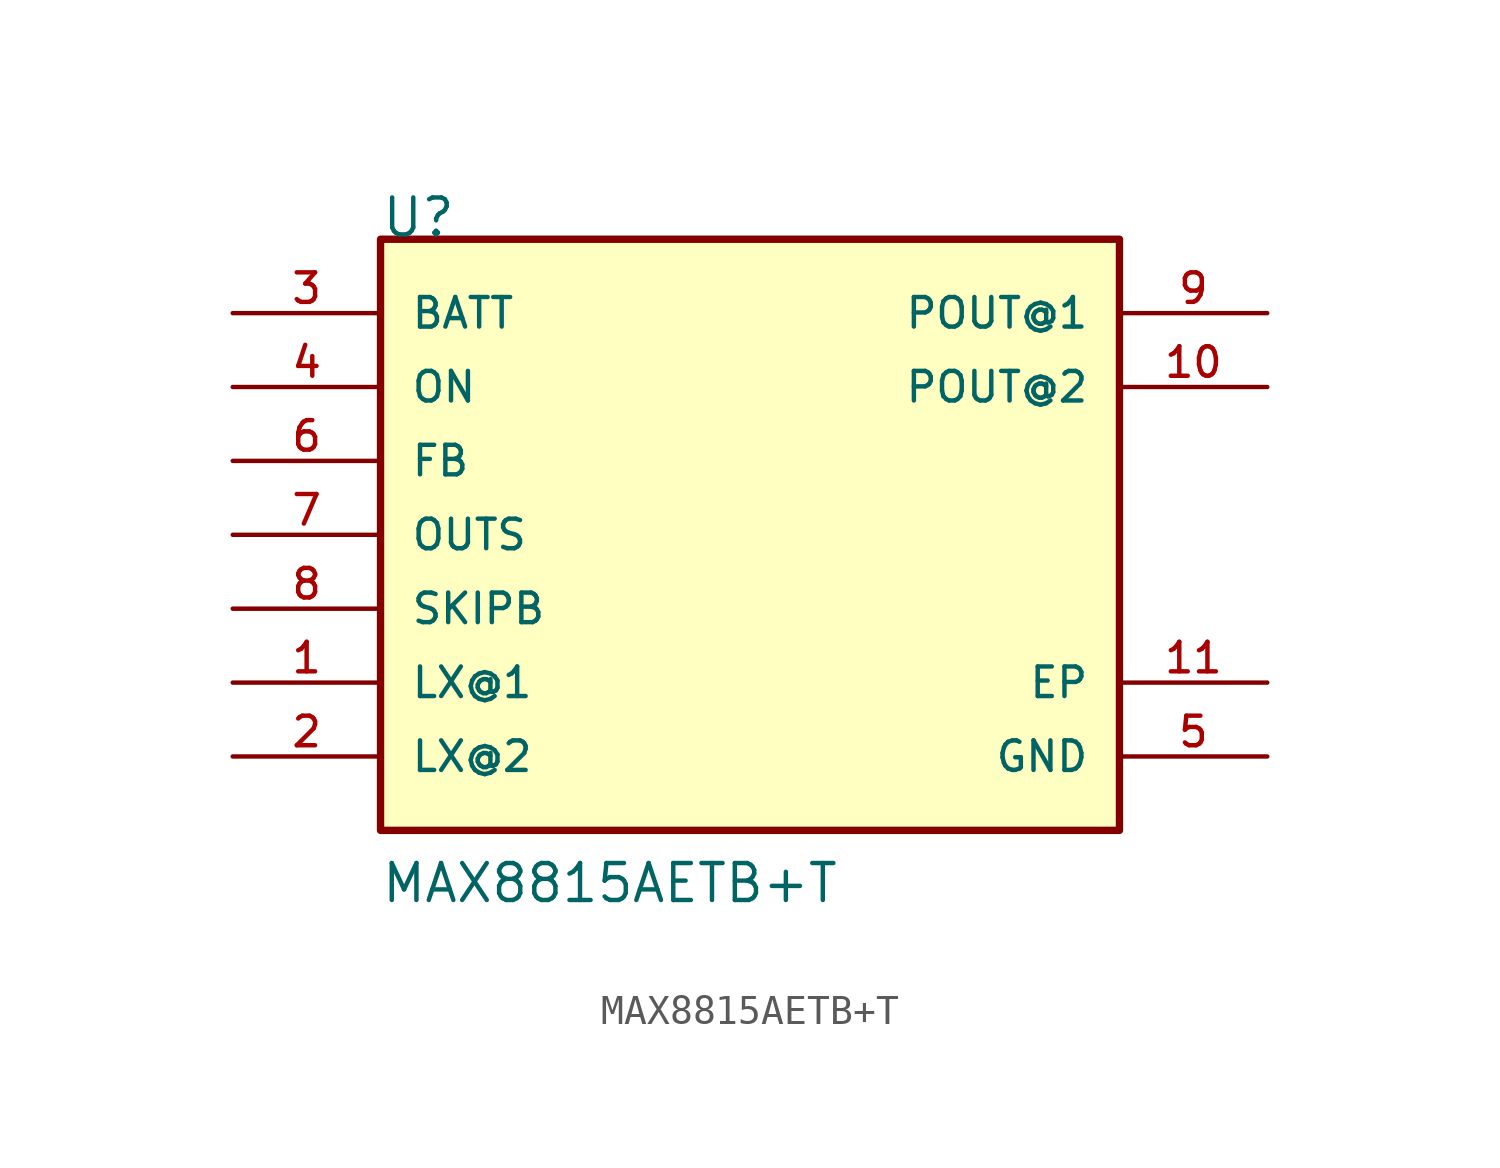
<source format=kicad_sym>
(kicad_symbol_lib
  (version 20211014)
  (generator kicad_symbol_editor)
  (symbol "MAX8815AETB+T"
    (pin_names
      (offset 1.016))
    (property "Reference" "U"
      (at -12.703 10.162 0)
      (effects (font (size 1.27 1.27)) (justify bottom left)))
    (property "Value" "MAX8815AETB+T"
      (at -12.716 -12.716 0)
      (effects (font (size 1.27 1.27)) (justify bottom left)))
    (symbol "MAX8815AETB+T_0_0"
      (rectangle (start -12.7 -10.16) (end 12.7 10.16) (stroke (width 0.254)) (fill (type background)))
      (pin passive line (at -17.78 -5.08 0) (length 5.08) (name "LX@1" (effects (font (size 1.016 1.016)))) (number "1" (effects (font (size 1.016 1.016)))))
      (pin passive line (at -17.78 -7.62 0) (length 5.08) (name "LX@2" (effects (font (size 1.016 1.016)))) (number "2" (effects (font (size 1.016 1.016)))))
      (pin input line (at -17.78 7.62 0) (length 5.08) (name "BATT" (effects (font (size 1.016 1.016)))) (number "3" (effects (font (size 1.016 1.016)))))
      (pin input line (at -17.78 5.08 0) (length 5.08) (name "ON" (effects (font (size 1.016 1.016)))) (number "4" (effects (font (size 1.016 1.016)))))
      (pin power_in line (at 17.78 -7.62 180.0) (length 5.08) (name "GND" (effects (font (size 1.016 1.016)))) (number "5" (effects (font (size 1.016 1.016)))))
      (pin input line (at -17.78 2.54 0) (length 5.08) (name "FB" (effects (font (size 1.016 1.016)))) (number "6" (effects (font (size 1.016 1.016)))))
      (pin input line (at -17.78 0.0 0) (length 5.08) (name "OUTS" (effects (font (size 1.016 1.016)))) (number "7" (effects (font (size 1.016 1.016)))))
      (pin input line (at -17.78 -2.54 0) (length 5.08) (name "SKIPB" (effects (font (size 1.016 1.016)))) (number "8" (effects (font (size 1.016 1.016)))))
      (pin output line (at 17.78 7.62 180.0) (length 5.08) (name "POUT@1" (effects (font (size 1.016 1.016)))) (number "9" (effects (font (size 1.016 1.016)))))
      (pin output line (at 17.78 5.08 180.0) (length 5.08) (name "POUT@2" (effects (font (size 1.016 1.016)))) (number "10" (effects (font (size 1.016 1.016)))))
      (pin power_in line (at 17.78 -5.08 180.0) (length 5.08) (name "EP" (effects (font (size 1.016 1.016)))) (number "11" (effects (font (size 1.016 1.016))))))))
</source>
